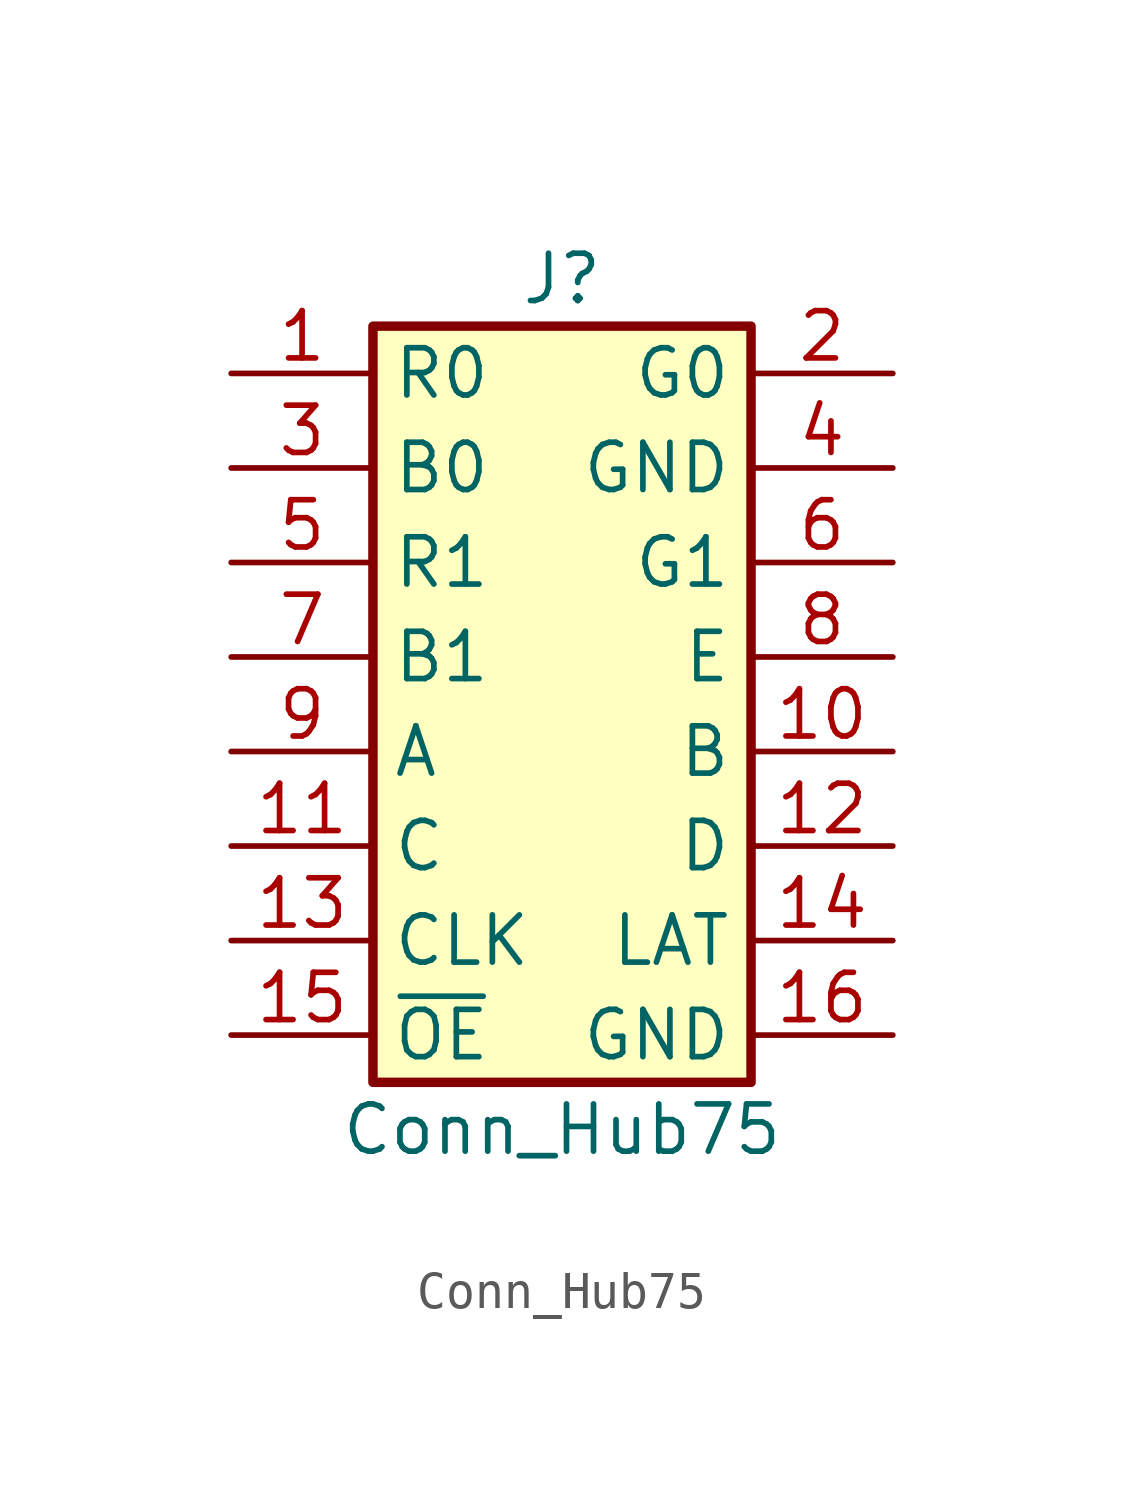
<source format=kicad_sym>
(kicad_symbol_lib
  (version 20231120)
  (generator "kicad_symbol_editor")
  (generator_version "8.0")
  (symbol "Conn_Hub75"
    (property "Reference" "J"
      (at 0 10.16 0)
      (effects (font (size 1.27 1.27))))
    (property "Value" "Conn_Hub75"
      (at 0 -12.7 0)
      (effects (font (size 1.27 1.27))))
    (symbol "Conn_Hub75_1_1"
      (rectangle (start -5.08 8.89) (end 5.08 -11.43) (stroke (width 0.254) (type default)) (fill (type background)))
      (pin input line (at -8.89 7.62 0) (length 3.81) (name "R0" (effects (font (size 1.27 1.27)))) (number "1" (effects (font (size 1.27 1.27)))))
      (pin input line (at 8.89 -2.54 180) (length 3.81) (name "B" (effects (font (size 1.27 1.27)))) (number "10" (effects (font (size 1.27 1.27)))))
      (pin input line (at -8.89 -5.08 0) (length 3.81) (name "C" (effects (font (size 1.27 1.27)))) (number "11" (effects (font (size 1.27 1.27)))))
      (pin input line (at 8.89 -5.08 180) (length 3.81) (name "D" (effects (font (size 1.27 1.27)))) (number "12" (effects (font (size 1.27 1.27)))))
      (pin input line (at -8.89 -7.62 0) (length 3.81) (name "CLK" (effects (font (size 1.27 1.27)))) (number "13" (effects (font (size 1.27 1.27)))))
      (pin input line (at 8.89 -7.62 180) (length 3.81) (name "LAT" (effects (font (size 1.27 1.27)))) (number "14" (effects (font (size 1.27 1.27)))))
      (pin input line (at -8.89 -10.16 0) (length 3.81) (name "~{OE}" (effects (font (size 1.27 1.27)))) (number "15" (effects (font (size 1.27 1.27)))))
      (pin power_in line (at 8.89 -10.16 180) (length 3.81) (name "GND" (effects (font (size 1.27 1.27)))) (number "16" (effects (font (size 1.27 1.27)))))
      (pin input line (at 8.89 7.62 180) (length 3.81) (name "G0" (effects (font (size 1.27 1.27)))) (number "2" (effects (font (size 1.27 1.27)))))
      (pin input line (at -8.89 5.08 0) (length 3.81) (name "B0" (effects (font (size 1.27 1.27)))) (number "3" (effects (font (size 1.27 1.27)))))
      (pin power_in line (at 8.89 5.08 180) (length 3.81) (name "GND" (effects (font (size 1.27 1.27)))) (number "4" (effects (font (size 1.27 1.27)))))
      (pin input line (at -8.89 2.54 0) (length 3.81) (name "R1" (effects (font (size 1.27 1.27)))) (number "5" (effects (font (size 1.27 1.27)))))
      (pin input line (at 8.89 2.54 180) (length 3.81) (name "G1" (effects (font (size 1.27 1.27)))) (number "6" (effects (font (size 1.27 1.27)))))
      (pin input line (at -8.89 0 0) (length 3.81) (name "B1" (effects (font (size 1.27 1.27)))) (number "7" (effects (font (size 1.27 1.27)))))
      (pin input line (at 8.89 0 180) (length 3.81) (name "E" (effects (font (size 1.27 1.27)))) (number "8" (effects (font (size 1.27 1.27)))) (alternate "GND" power_in line))
      (pin input line (at -8.89 -2.54 0) (length 3.81) (name "A" (effects (font (size 1.27 1.27)))) (number "9" (effects (font (size 1.27 1.27))))))))
</source>
